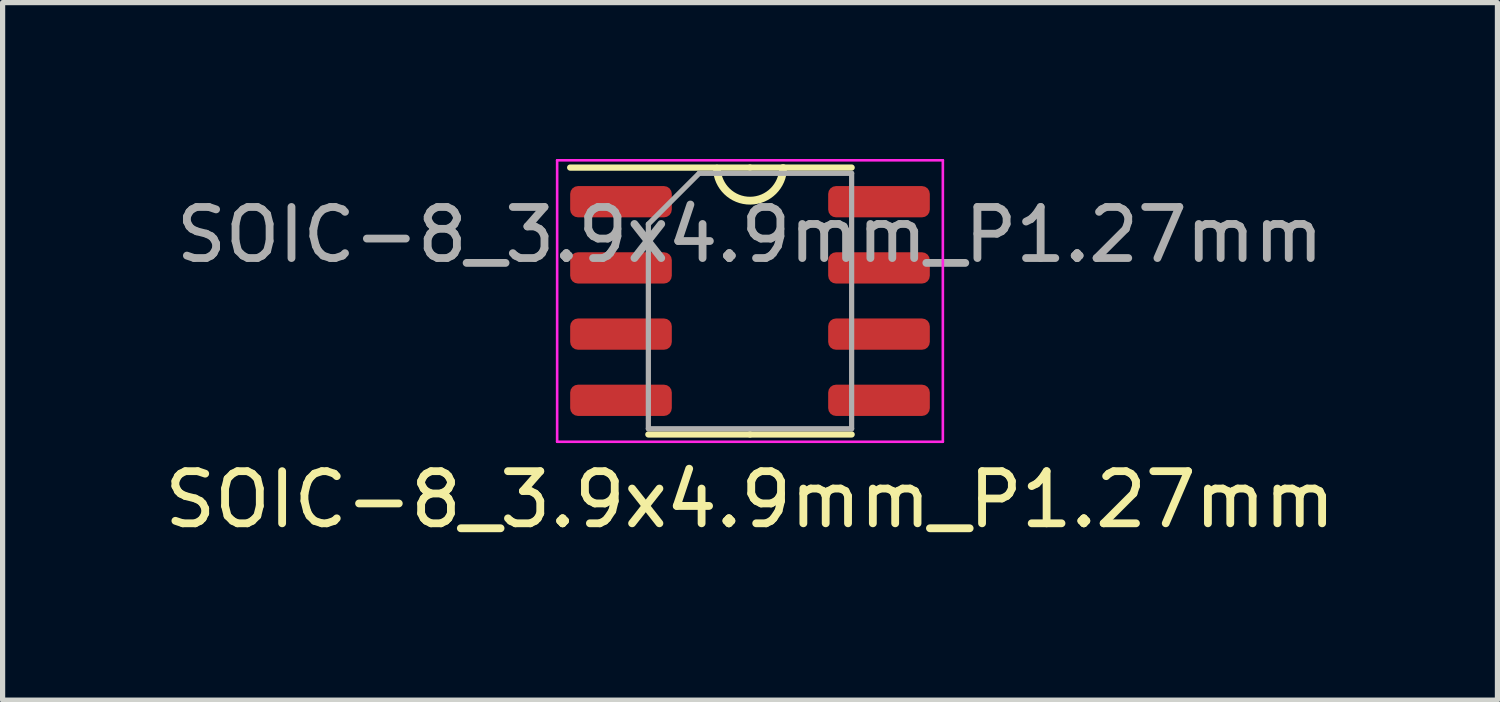
<source format=kicad_pcb>
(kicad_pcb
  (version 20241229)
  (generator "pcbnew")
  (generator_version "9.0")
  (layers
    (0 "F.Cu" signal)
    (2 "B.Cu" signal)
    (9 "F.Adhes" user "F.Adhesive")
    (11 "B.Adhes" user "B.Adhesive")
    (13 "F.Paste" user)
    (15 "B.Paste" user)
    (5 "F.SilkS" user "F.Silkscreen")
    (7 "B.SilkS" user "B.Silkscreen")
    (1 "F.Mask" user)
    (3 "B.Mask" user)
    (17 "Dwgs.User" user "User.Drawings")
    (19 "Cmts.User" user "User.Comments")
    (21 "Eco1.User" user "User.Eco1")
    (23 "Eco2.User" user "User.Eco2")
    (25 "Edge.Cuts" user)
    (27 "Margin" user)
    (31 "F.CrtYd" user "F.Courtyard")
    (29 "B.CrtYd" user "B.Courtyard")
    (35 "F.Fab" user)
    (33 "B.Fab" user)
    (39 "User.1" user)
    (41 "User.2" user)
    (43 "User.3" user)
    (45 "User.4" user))
  (footprint "SOIC-8_3.9x4.9mm_P1.27mm"
    (layer "F.Cu")
    (at 11.339 2.725)
    (property "Reference" "SOIC-8_3.9x4.9mm_P1.27mm" (at 0 3.81 0) (layer "F.SilkS") (effects (font (size 1 1) (thickness 0.15))))
    (attr smd)
    (fp_line (start 0 -2.56) (end -3.45 -2.56) (stroke (width 0.12) (type solid)) (layer "F.SilkS"))
    (fp_line (start 0 -2.56) (end 1.95 -2.56) (stroke (width 0.12) (type solid)) (layer "F.SilkS"))
    (fp_line (start 0 2.56) (end -1.95 2.56) (stroke (width 0.12) (type solid)) (layer "F.SilkS"))
    (fp_line (start 0 2.56) (end 1.95 2.56) (stroke (width 0.12) (type solid)) (layer "F.SilkS"))
    (fp_arc (start 0.635235 -2.549995) (mid 0.004998 -1.924706) (end -0.634999 -2.540001) (stroke (width 0.15) (type solid)) (layer "F.SilkS"))
    (fp_line (start -3.7 -2.7) (end -3.7 2.7) (stroke (width 0.05) (type solid)) (layer "F.CrtYd"))
    (fp_line (start -3.7 2.7) (end 3.7 2.7) (stroke (width 0.05) (type solid)) (layer "F.CrtYd"))
    (fp_line (start 3.7 -2.7) (end -3.7 -2.7) (stroke (width 0.05) (type solid)) (layer "F.CrtYd"))
    (fp_line (start 3.7 2.7) (end 3.7 -2.7) (stroke (width 0.05) (type solid)) (layer "F.CrtYd"))
    (fp_line (start -1.95 -1.475) (end -0.975 -2.45) (stroke (width 0.1) (type solid)) (layer "F.Fab"))
    (fp_line (start -1.95 2.45) (end -1.95 -1.475) (stroke (width 0.1) (type solid)) (layer "F.Fab"))
    (fp_line (start -0.975 -2.45) (end 1.95 -2.45) (stroke (width 0.1) (type solid)) (layer "F.Fab"))
    (fp_line (start 1.95 -2.45) (end 1.95 2.45) (stroke (width 0.1) (type solid)) (layer "F.Fab"))
    (fp_line (start 1.95 2.45) (end -1.95 2.45) (stroke (width 0.1) (type solid)) (layer "F.Fab"))
    (fp_text user "${REFERENCE}" (at 0 -1.27 0) (layer "F.Fab") (effects (font (size 0.98 0.98) (thickness 0.15))))
    (pad "1" smd roundrect (at -2.475 -1.905) (size 1.95 0.6) (layers "F.Cu" "F.Mask" "F.Paste") (roundrect_rratio 0.25))
    (pad "2" smd roundrect (at -2.475 -0.635) (size 1.95 0.6) (layers "F.Cu" "F.Mask" "F.Paste") (roundrect_rratio 0.25))
    (pad "3" smd roundrect (at -2.475 0.635) (size 1.95 0.6) (layers "F.Cu" "F.Mask" "F.Paste") (roundrect_rratio 0.25))
    (pad "4" smd roundrect (at -2.475 1.905) (size 1.95 0.6) (layers "F.Cu" "F.Mask" "F.Paste") (roundrect_rratio 0.25))
    (pad "5" smd roundrect (at 2.475 1.905) (size 1.95 0.6) (layers "F.Cu" "F.Mask" "F.Paste") (roundrect_rratio 0.25))
    (pad "6" smd roundrect (at 2.475 0.635) (size 1.95 0.6) (layers "F.Cu" "F.Mask" "F.Paste") (roundrect_rratio 0.25))
    (pad "7" smd roundrect (at 2.475 -0.635) (size 1.95 0.6) (layers "F.Cu" "F.Mask" "F.Paste") (roundrect_rratio 0.25))
    (pad "8" smd roundrect (at 2.475 -1.905) (size 1.95 0.6) (layers "F.Cu" "F.Mask" "F.Paste") (roundrect_rratio 0.25)))
  (gr_rect
    (start -3 -3)
    (end 25.679 10.383)
    (stroke (width 0.1) (type default))
    (fill no)
    (layer "Edge.Cuts")))
</source>
